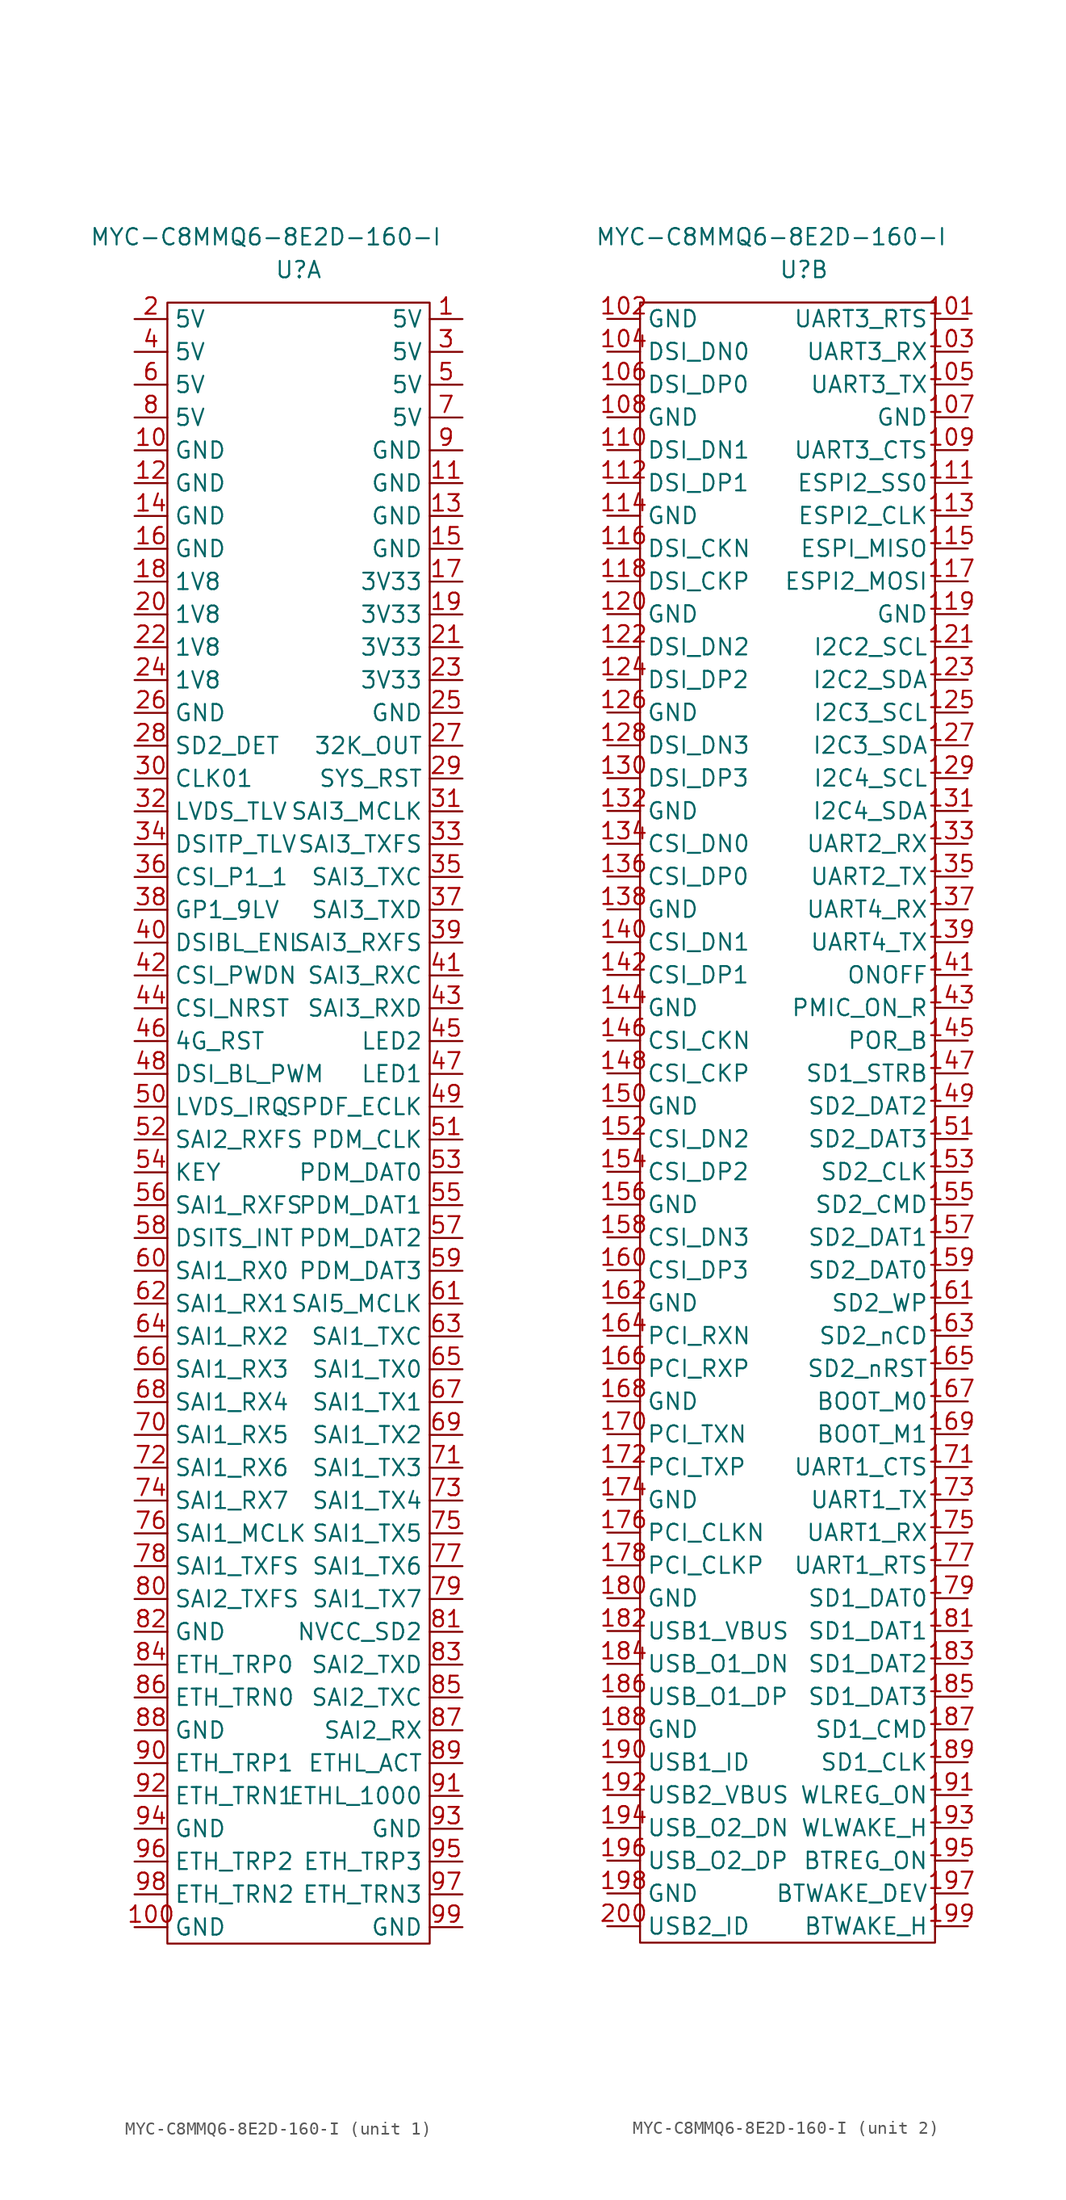
<source format=kicad_sym>
(kicad_symbol_lib
  (version 20211014)
  (generator kicad_symbol_editor)
  (symbol "MYC-C8MMQ6-8E2D-160-I"
    (property "Reference" "U"
      (at -12.7 3.81 0)
      (effects (font (size 1.27 1.27))))
    (property "Value" "MYC-C8MMQ6-8E2D-160-I"
      (at -15.24 6.35 0)
      (effects (font (size 1.27 1.27))))
    (property "ki_locked" ""
      (at 0 0 0)
      (effects (font (size 1.27 1.27))))
    (symbol "MYC-C8MMQ6-8E2D-160-I_1_0"
      (pin unspecified line (at 0 0 180) (length 2.54) (name "5V" (effects (font (size 1.27 1.27)))) (number "1" (effects (font (size 1.27 1.27)))))
      (pin unspecified line (at -25.4 -10.16 0) (length 2.54) (name "GND" (effects (font (size 1.27 1.27)))) (number "10" (effects (font (size 1.27 1.27)))))
      (pin unspecified line (at -25.4 -124.46 0) (length 2.54) (name "GND" (effects (font (size 1.27 1.27)))) (number "100" (effects (font (size 1.27 1.27)))))
      (pin unspecified line (at 0 -12.7 180) (length 2.54) (name "GND" (effects (font (size 1.27 1.27)))) (number "11" (effects (font (size 1.27 1.27)))))
      (pin unspecified line (at -25.4 -12.7 0) (length 2.54) (name "GND" (effects (font (size 1.27 1.27)))) (number "12" (effects (font (size 1.27 1.27)))))
      (pin unspecified line (at 0 -15.24 180) (length 2.54) (name "GND" (effects (font (size 1.27 1.27)))) (number "13" (effects (font (size 1.27 1.27)))))
      (pin unspecified line (at -25.4 -15.24 0) (length 2.54) (name "GND" (effects (font (size 1.27 1.27)))) (number "14" (effects (font (size 1.27 1.27)))))
      (pin unspecified line (at 0 -17.78 180) (length 2.54) (name "GND" (effects (font (size 1.27 1.27)))) (number "15" (effects (font (size 1.27 1.27)))))
      (pin unspecified line (at -25.4 -17.78 0) (length 2.54) (name "GND" (effects (font (size 1.27 1.27)))) (number "16" (effects (font (size 1.27 1.27)))))
      (pin unspecified line (at 0 -20.32 180) (length 2.54) (name "3V33" (effects (font (size 1.27 1.27)))) (number "17" (effects (font (size 1.27 1.27)))))
      (pin unspecified line (at -25.4 -20.32 0) (length 2.54) (name "1V8" (effects (font (size 1.27 1.27)))) (number "18" (effects (font (size 1.27 1.27)))))
      (pin unspecified line (at 0 -22.86 180) (length 2.54) (name "3V33" (effects (font (size 1.27 1.27)))) (number "19" (effects (font (size 1.27 1.27)))))
      (pin unspecified line (at -25.4 0 0) (length 2.54) (name "5V" (effects (font (size 1.27 1.27)))) (number "2" (effects (font (size 1.27 1.27)))))
      (pin unspecified line (at -25.4 -22.86 0) (length 2.54) (name "1V8" (effects (font (size 1.27 1.27)))) (number "20" (effects (font (size 1.27 1.27)))))
      (pin unspecified line (at 0 -25.4 180) (length 2.54) (name "3V33" (effects (font (size 1.27 1.27)))) (number "21" (effects (font (size 1.27 1.27)))))
      (pin unspecified line (at -25.4 -25.4 0) (length 2.54) (name "1V8" (effects (font (size 1.27 1.27)))) (number "22" (effects (font (size 1.27 1.27)))))
      (pin unspecified line (at 0 -27.94 180) (length 2.54) (name "3V33" (effects (font (size 1.27 1.27)))) (number "23" (effects (font (size 1.27 1.27)))))
      (pin unspecified line (at -25.4 -27.94 0) (length 2.54) (name "1V8" (effects (font (size 1.27 1.27)))) (number "24" (effects (font (size 1.27 1.27)))))
      (pin unspecified line (at 0 -30.48 180) (length 2.54) (name "GND" (effects (font (size 1.27 1.27)))) (number "25" (effects (font (size 1.27 1.27)))))
      (pin unspecified line (at -25.4 -30.48 0) (length 2.54) (name "GND" (effects (font (size 1.27 1.27)))) (number "26" (effects (font (size 1.27 1.27)))))
      (pin unspecified line (at 0 -33.02 180) (length 2.54) (name "32K_OUT" (effects (font (size 1.27 1.27)))) (number "27" (effects (font (size 1.27 1.27)))))
      (pin unspecified line (at -25.4 -33.02 0) (length 2.54) (name "SD2_DET" (effects (font (size 1.27 1.27)))) (number "28" (effects (font (size 1.27 1.27)))))
      (pin unspecified line (at 0 -35.56 180) (length 2.54) (name "SYS_RST" (effects (font (size 1.27 1.27)))) (number "29" (effects (font (size 1.27 1.27)))))
      (pin unspecified line (at 0 -2.54 180) (length 2.54) (name "5V" (effects (font (size 1.27 1.27)))) (number "3" (effects (font (size 1.27 1.27)))))
      (pin unspecified line (at -25.4 -35.56 0) (length 2.54) (name "CLK01" (effects (font (size 1.27 1.27)))) (number "30" (effects (font (size 1.27 1.27)))))
      (pin unspecified line (at 0 -38.1 180) (length 2.54) (name "SAI3_MCLK" (effects (font (size 1.27 1.27)))) (number "31" (effects (font (size 1.27 1.27)))))
      (pin unspecified line (at -25.4 -38.1 0) (length 2.54) (name "LVDS_TLV" (effects (font (size 1.27 1.27)))) (number "32" (effects (font (size 1.27 1.27)))))
      (pin unspecified line (at 0 -40.64 180) (length 2.54) (name "SAI3_TXFS" (effects (font (size 1.27 1.27)))) (number "33" (effects (font (size 1.27 1.27)))))
      (pin unspecified line (at -25.4 -40.64 0) (length 2.54) (name "DSITP_TLV" (effects (font (size 1.27 1.27)))) (number "34" (effects (font (size 1.27 1.27)))))
      (pin unspecified line (at 0 -43.18 180) (length 2.54) (name "SAI3_TXC" (effects (font (size 1.27 1.27)))) (number "35" (effects (font (size 1.27 1.27)))))
      (pin unspecified line (at -25.4 -43.18 0) (length 2.54) (name "CSI_P1_1" (effects (font (size 1.27 1.27)))) (number "36" (effects (font (size 1.27 1.27)))))
      (pin unspecified line (at 0 -45.72 180) (length 2.54) (name "SAI3_TXD" (effects (font (size 1.27 1.27)))) (number "37" (effects (font (size 1.27 1.27)))))
      (pin unspecified line (at -25.4 -45.72 0) (length 2.54) (name "GP1_9LV" (effects (font (size 1.27 1.27)))) (number "38" (effects (font (size 1.27 1.27)))))
      (pin unspecified line (at 0 -48.26 180) (length 2.54) (name "SAI3_RXFS" (effects (font (size 1.27 1.27)))) (number "39" (effects (font (size 1.27 1.27)))))
      (pin unspecified line (at -25.4 -2.54 0) (length 2.54) (name "5V" (effects (font (size 1.27 1.27)))) (number "4" (effects (font (size 1.27 1.27)))))
      (pin unspecified line (at -25.4 -48.26 0) (length 2.54) (name "DSIBL_ENL" (effects (font (size 1.27 1.27)))) (number "40" (effects (font (size 1.27 1.27)))))
      (pin unspecified line (at 0 -50.8 180) (length 2.54) (name "SAI3_RXC" (effects (font (size 1.27 1.27)))) (number "41" (effects (font (size 1.27 1.27)))))
      (pin unspecified line (at -25.4 -50.8 0) (length 2.54) (name "CSI_PWDN" (effects (font (size 1.27 1.27)))) (number "42" (effects (font (size 1.27 1.27)))))
      (pin unspecified line (at 0 -53.34 180) (length 2.54) (name "SAI3_RXD" (effects (font (size 1.27 1.27)))) (number "43" (effects (font (size 1.27 1.27)))))
      (pin unspecified line (at -25.4 -53.34 0) (length 2.54) (name "CSI_NRST" (effects (font (size 1.27 1.27)))) (number "44" (effects (font (size 1.27 1.27)))))
      (pin unspecified line (at 0 -55.88 180) (length 2.54) (name "LED2" (effects (font (size 1.27 1.27)))) (number "45" (effects (font (size 1.27 1.27)))))
      (pin unspecified line (at -25.4 -55.88 0) (length 2.54) (name "4G_RST" (effects (font (size 1.27 1.27)))) (number "46" (effects (font (size 1.27 1.27)))))
      (pin unspecified line (at 0 -58.42 180) (length 2.54) (name "LED1" (effects (font (size 1.27 1.27)))) (number "47" (effects (font (size 1.27 1.27)))))
      (pin unspecified line (at -25.4 -58.42 0) (length 2.54) (name "DSI_BL_PWM" (effects (font (size 1.27 1.27)))) (number "48" (effects (font (size 1.27 1.27)))))
      (pin unspecified line (at 0 -60.96 180) (length 2.54) (name "SPDF_ECLK" (effects (font (size 1.27 1.27)))) (number "49" (effects (font (size 1.27 1.27)))))
      (pin unspecified line (at 0 -5.08 180) (length 2.54) (name "5V" (effects (font (size 1.27 1.27)))) (number "5" (effects (font (size 1.27 1.27)))))
      (pin unspecified line (at -25.4 -60.96 0) (length 2.54) (name "LVDS_IRQ" (effects (font (size 1.27 1.27)))) (number "50" (effects (font (size 1.27 1.27)))))
      (pin unspecified line (at 0 -63.5 180) (length 2.54) (name "PDM_CLK" (effects (font (size 1.27 1.27)))) (number "51" (effects (font (size 1.27 1.27)))))
      (pin unspecified line (at -25.4 -63.5 0) (length 2.54) (name "SAI2_RXFS" (effects (font (size 1.27 1.27)))) (number "52" (effects (font (size 1.27 1.27)))))
      (pin unspecified line (at 0 -66.04 180) (length 2.54) (name "PDM_DAT0" (effects (font (size 1.27 1.27)))) (number "53" (effects (font (size 1.27 1.27)))))
      (pin unspecified line (at -25.4 -66.04 0) (length 2.54) (name "KEY" (effects (font (size 1.27 1.27)))) (number "54" (effects (font (size 1.27 1.27)))))
      (pin unspecified line (at 0 -68.58 180) (length 2.54) (name "PDM_DAT1" (effects (font (size 1.27 1.27)))) (number "55" (effects (font (size 1.27 1.27)))))
      (pin unspecified line (at -25.4 -68.58 0) (length 2.54) (name "SAI1_RXFS" (effects (font (size 1.27 1.27)))) (number "56" (effects (font (size 1.27 1.27)))))
      (pin unspecified line (at 0 -71.12 180) (length 2.54) (name "PDM_DAT2" (effects (font (size 1.27 1.27)))) (number "57" (effects (font (size 1.27 1.27)))))
      (pin unspecified line (at -25.4 -71.12 0) (length 2.54) (name "DSITS_INT" (effects (font (size 1.27 1.27)))) (number "58" (effects (font (size 1.27 1.27)))))
      (pin unspecified line (at 0 -73.66 180) (length 2.54) (name "PDM_DAT3" (effects (font (size 1.27 1.27)))) (number "59" (effects (font (size 1.27 1.27)))))
      (pin unspecified line (at -25.4 -5.08 0) (length 2.54) (name "5V" (effects (font (size 1.27 1.27)))) (number "6" (effects (font (size 1.27 1.27)))))
      (pin unspecified line (at -25.4 -73.66 0) (length 2.54) (name "SAI1_RX0" (effects (font (size 1.27 1.27)))) (number "60" (effects (font (size 1.27 1.27)))))
      (pin unspecified line (at 0 -76.2 180) (length 2.54) (name "SAI5_MCLK" (effects (font (size 1.27 1.27)))) (number "61" (effects (font (size 1.27 1.27)))))
      (pin unspecified line (at -25.4 -76.2 0) (length 2.54) (name "SAI1_RX1" (effects (font (size 1.27 1.27)))) (number "62" (effects (font (size 1.27 1.27)))))
      (pin unspecified line (at 0 -78.74 180) (length 2.54) (name "SAI1_TXC" (effects (font (size 1.27 1.27)))) (number "63" (effects (font (size 1.27 1.27)))))
      (pin unspecified line (at -25.4 -78.74 0) (length 2.54) (name "SAI1_RX2" (effects (font (size 1.27 1.27)))) (number "64" (effects (font (size 1.27 1.27)))))
      (pin unspecified line (at 0 -81.28 180) (length 2.54) (name "SAI1_TX0" (effects (font (size 1.27 1.27)))) (number "65" (effects (font (size 1.27 1.27)))))
      (pin unspecified line (at -25.4 -81.28 0) (length 2.54) (name "SAI1_RX3" (effects (font (size 1.27 1.27)))) (number "66" (effects (font (size 1.27 1.27)))))
      (pin unspecified line (at 0 -83.82 180) (length 2.54) (name "SAI1_TX1" (effects (font (size 1.27 1.27)))) (number "67" (effects (font (size 1.27 1.27)))))
      (pin unspecified line (at -25.4 -83.82 0) (length 2.54) (name "SAI1_RX4" (effects (font (size 1.27 1.27)))) (number "68" (effects (font (size 1.27 1.27)))))
      (pin unspecified line (at 0 -86.36 180) (length 2.54) (name "SAI1_TX2" (effects (font (size 1.27 1.27)))) (number "69" (effects (font (size 1.27 1.27)))))
      (pin unspecified line (at 0 -7.62 180) (length 2.54) (name "5V" (effects (font (size 1.27 1.27)))) (number "7" (effects (font (size 1.27 1.27)))))
      (pin unspecified line (at -25.4 -86.36 0) (length 2.54) (name "SAI1_RX5" (effects (font (size 1.27 1.27)))) (number "70" (effects (font (size 1.27 1.27)))))
      (pin unspecified line (at 0 -88.9 180) (length 2.54) (name "SAI1_TX3" (effects (font (size 1.27 1.27)))) (number "71" (effects (font (size 1.27 1.27)))))
      (pin unspecified line (at -25.4 -88.9 0) (length 2.54) (name "SAI1_RX6" (effects (font (size 1.27 1.27)))) (number "72" (effects (font (size 1.27 1.27)))))
      (pin unspecified line (at 0 -91.44 180) (length 2.54) (name "SAI1_TX4" (effects (font (size 1.27 1.27)))) (number "73" (effects (font (size 1.27 1.27)))))
      (pin unspecified line (at -25.4 -91.44 0) (length 2.54) (name "SAI1_RX7" (effects (font (size 1.27 1.27)))) (number "74" (effects (font (size 1.27 1.27)))))
      (pin unspecified line (at 0 -93.98 180) (length 2.54) (name "SAI1_TX5" (effects (font (size 1.27 1.27)))) (number "75" (effects (font (size 1.27 1.27)))))
      (pin unspecified line (at -25.4 -93.98 0) (length 2.54) (name "SAI1_MCLK" (effects (font (size 1.27 1.27)))) (number "76" (effects (font (size 1.27 1.27)))))
      (pin unspecified line (at 0 -96.52 180) (length 2.54) (name "SAI1_TX6" (effects (font (size 1.27 1.27)))) (number "77" (effects (font (size 1.27 1.27)))))
      (pin unspecified line (at -25.4 -96.52 0) (length 2.54) (name "SAI1_TXFS" (effects (font (size 1.27 1.27)))) (number "78" (effects (font (size 1.27 1.27)))))
      (pin unspecified line (at 0 -99.06 180) (length 2.54) (name "SAI1_TX7" (effects (font (size 1.27 1.27)))) (number "79" (effects (font (size 1.27 1.27)))))
      (pin unspecified line (at -25.4 -7.62 0) (length 2.54) (name "5V" (effects (font (size 1.27 1.27)))) (number "8" (effects (font (size 1.27 1.27)))))
      (pin unspecified line (at -25.4 -99.06 0) (length 2.54) (name "SAI2_TXFS" (effects (font (size 1.27 1.27)))) (number "80" (effects (font (size 1.27 1.27)))))
      (pin unspecified line (at 0 -101.6 180) (length 2.54) (name "NVCC_SD2" (effects (font (size 1.27 1.27)))) (number "81" (effects (font (size 1.27 1.27)))))
      (pin unspecified line (at -25.4 -101.6 0) (length 2.54) (name "GND" (effects (font (size 1.27 1.27)))) (number "82" (effects (font (size 1.27 1.27)))))
      (pin unspecified line (at 0 -104.14 180) (length 2.54) (name "SAI2_TXD" (effects (font (size 1.27 1.27)))) (number "83" (effects (font (size 1.27 1.27)))))
      (pin unspecified line (at -25.4 -104.14 0) (length 2.54) (name "ETH_TRP0" (effects (font (size 1.27 1.27)))) (number "84" (effects (font (size 1.27 1.27)))))
      (pin unspecified line (at 0 -106.68 180) (length 2.54) (name "SAI2_TXC" (effects (font (size 1.27 1.27)))) (number "85" (effects (font (size 1.27 1.27)))))
      (pin unspecified line (at -25.4 -106.68 0) (length 2.54) (name "ETH_TRN0" (effects (font (size 1.27 1.27)))) (number "86" (effects (font (size 1.27 1.27)))))
      (pin unspecified line (at 0 -109.22 180) (length 2.54) (name "SAI2_RX" (effects (font (size 1.27 1.27)))) (number "87" (effects (font (size 1.27 1.27)))))
      (pin unspecified line (at -25.4 -109.22 0) (length 2.54) (name "GND" (effects (font (size 1.27 1.27)))) (number "88" (effects (font (size 1.27 1.27)))))
      (pin unspecified line (at 0 -111.76 180) (length 2.54) (name "ETHL_ACT" (effects (font (size 1.27 1.27)))) (number "89" (effects (font (size 1.27 1.27)))))
      (pin unspecified line (at 0 -10.16 180) (length 2.54) (name "GND" (effects (font (size 1.27 1.27)))) (number "9" (effects (font (size 1.27 1.27)))))
      (pin unspecified line (at -25.4 -111.76 0) (length 2.54) (name "ETH_TRP1" (effects (font (size 1.27 1.27)))) (number "90" (effects (font (size 1.27 1.27)))))
      (pin unspecified line (at 0 -114.3 180) (length 2.54) (name "ETHL_1000" (effects (font (size 1.27 1.27)))) (number "91" (effects (font (size 1.27 1.27)))))
      (pin unspecified line (at -25.4 -114.3 0) (length 2.54) (name "ETH_TRN1" (effects (font (size 1.27 1.27)))) (number "92" (effects (font (size 1.27 1.27)))))
      (pin unspecified line (at 0 -116.84 180) (length 2.54) (name "GND" (effects (font (size 1.27 1.27)))) (number "93" (effects (font (size 1.27 1.27)))))
      (pin unspecified line (at -25.4 -116.84 0) (length 2.54) (name "GND" (effects (font (size 1.27 1.27)))) (number "94" (effects (font (size 1.27 1.27)))))
      (pin unspecified line (at 0 -119.38 180) (length 2.54) (name "ETH_TRP3" (effects (font (size 1.27 1.27)))) (number "95" (effects (font (size 1.27 1.27)))))
      (pin unspecified line (at -25.4 -119.38 0) (length 2.54) (name "ETH_TRP2" (effects (font (size 1.27 1.27)))) (number "96" (effects (font (size 1.27 1.27)))))
      (pin unspecified line (at 0 -121.92 180) (length 2.54) (name "ETH_TRN3" (effects (font (size 1.27 1.27)))) (number "97" (effects (font (size 1.27 1.27)))))
      (pin unspecified line (at -25.4 -121.92 0) (length 2.54) (name "ETH_TRN2" (effects (font (size 1.27 1.27)))) (number "98" (effects (font (size 1.27 1.27)))))
      (pin unspecified line (at 0 -124.46 180) (length 2.54) (name "GND" (effects (font (size 1.27 1.27)))) (number "99" (effects (font (size 1.27 1.27))))))
    (symbol "MYC-C8MMQ6-8E2D-160-I_1_1"
      (rectangle (start -22.86 1.27) (end -2.54 -125.73) (stroke (width 0.152) (type default) (color 0 0 0 0)) (fill (type none))))
    (symbol "MYC-C8MMQ6-8E2D-160-I_2_0"
      (pin unspecified line (at 0 0 180) (length 2.54) (name "UART3_RTS" (effects (font (size 1.27 1.27)))) (number "101" (effects (font (size 1.27 1.27)))))
      (pin unspecified line (at -27.94 0 0) (length 2.54) (name "GND" (effects (font (size 1.27 1.27)))) (number "102" (effects (font (size 1.27 1.27)))))
      (pin unspecified line (at 0 -2.54 180) (length 2.54) (name "UART3_RX" (effects (font (size 1.27 1.27)))) (number "103" (effects (font (size 1.27 1.27)))))
      (pin unspecified line (at -27.94 -2.54 0) (length 2.54) (name "DSI_DN0" (effects (font (size 1.27 1.27)))) (number "104" (effects (font (size 1.27 1.27)))))
      (pin unspecified line (at 0 -5.08 180) (length 2.54) (name "UART3_TX" (effects (font (size 1.27 1.27)))) (number "105" (effects (font (size 1.27 1.27)))))
      (pin unspecified line (at -27.94 -5.08 0) (length 2.54) (name "DSI_DP0" (effects (font (size 1.27 1.27)))) (number "106" (effects (font (size 1.27 1.27)))))
      (pin unspecified line (at 0 -7.62 180) (length 2.54) (name "GND" (effects (font (size 1.27 1.27)))) (number "107" (effects (font (size 1.27 1.27)))))
      (pin unspecified line (at -27.94 -7.62 0) (length 2.54) (name "GND" (effects (font (size 1.27 1.27)))) (number "108" (effects (font (size 1.27 1.27)))))
      (pin unspecified line (at 0 -10.16 180) (length 2.54) (name "UART3_CTS" (effects (font (size 1.27 1.27)))) (number "109" (effects (font (size 1.27 1.27)))))
      (pin unspecified line (at -27.94 -10.16 0) (length 2.54) (name "DSI_DN1" (effects (font (size 1.27 1.27)))) (number "110" (effects (font (size 1.27 1.27)))))
      (pin unspecified line (at 0 -12.7 180) (length 2.54) (name "ESPI2_SS0" (effects (font (size 1.27 1.27)))) (number "111" (effects (font (size 1.27 1.27)))))
      (pin unspecified line (at -27.94 -12.7 0) (length 2.54) (name "DSI_DP1" (effects (font (size 1.27 1.27)))) (number "112" (effects (font (size 1.27 1.27)))))
      (pin unspecified line (at 0 -15.24 180) (length 2.54) (name "ESPI2_CLK" (effects (font (size 1.27 1.27)))) (number "113" (effects (font (size 1.27 1.27)))))
      (pin unspecified line (at -27.94 -15.24 0) (length 2.54) (name "GND" (effects (font (size 1.27 1.27)))) (number "114" (effects (font (size 1.27 1.27)))))
      (pin unspecified line (at 0 -17.78 180) (length 2.54) (name "ESPI_MISO" (effects (font (size 1.27 1.27)))) (number "115" (effects (font (size 1.27 1.27)))))
      (pin unspecified line (at -27.94 -17.78 0) (length 2.54) (name "DSI_CKN" (effects (font (size 1.27 1.27)))) (number "116" (effects (font (size 1.27 1.27)))))
      (pin unspecified line (at 0 -20.32 180) (length 2.54) (name "ESPI2_MOSI" (effects (font (size 1.27 1.27)))) (number "117" (effects (font (size 1.27 1.27)))))
      (pin unspecified line (at -27.94 -20.32 0) (length 2.54) (name "DSI_CKP" (effects (font (size 1.27 1.27)))) (number "118" (effects (font (size 1.27 1.27)))))
      (pin unspecified line (at 0 -22.86 180) (length 2.54) (name "GND" (effects (font (size 1.27 1.27)))) (number "119" (effects (font (size 1.27 1.27)))))
      (pin unspecified line (at -27.94 -22.86 0) (length 2.54) (name "GND" (effects (font (size 1.27 1.27)))) (number "120" (effects (font (size 1.27 1.27)))))
      (pin unspecified line (at 0 -25.4 180) (length 2.54) (name "I2C2_SCL" (effects (font (size 1.27 1.27)))) (number "121" (effects (font (size 1.27 1.27)))))
      (pin unspecified line (at -27.94 -25.4 0) (length 2.54) (name "DSI_DN2" (effects (font (size 1.27 1.27)))) (number "122" (effects (font (size 1.27 1.27)))))
      (pin unspecified line (at 0 -27.94 180) (length 2.54) (name "I2C2_SDA" (effects (font (size 1.27 1.27)))) (number "123" (effects (font (size 1.27 1.27)))))
      (pin unspecified line (at -27.94 -27.94 0) (length 2.54) (name "DSI_DP2" (effects (font (size 1.27 1.27)))) (number "124" (effects (font (size 1.27 1.27)))))
      (pin unspecified line (at 0 -30.48 180) (length 2.54) (name "I2C3_SCL" (effects (font (size 1.27 1.27)))) (number "125" (effects (font (size 1.27 1.27)))))
      (pin unspecified line (at -27.94 -30.48 0) (length 2.54) (name "GND" (effects (font (size 1.27 1.27)))) (number "126" (effects (font (size 1.27 1.27)))))
      (pin unspecified line (at 0 -33.02 180) (length 2.54) (name "I2C3_SDA" (effects (font (size 1.27 1.27)))) (number "127" (effects (font (size 1.27 1.27)))))
      (pin unspecified line (at -27.94 -33.02 0) (length 2.54) (name "DSI_DN3" (effects (font (size 1.27 1.27)))) (number "128" (effects (font (size 1.27 1.27)))))
      (pin unspecified line (at 0 -35.56 180) (length 2.54) (name "I2C4_SCL" (effects (font (size 1.27 1.27)))) (number "129" (effects (font (size 1.27 1.27)))))
      (pin unspecified line (at -27.94 -35.56 0) (length 2.54) (name "DSI_DP3" (effects (font (size 1.27 1.27)))) (number "130" (effects (font (size 1.27 1.27)))))
      (pin unspecified line (at 0 -38.1 180) (length 2.54) (name "I2C4_SDA" (effects (font (size 1.27 1.27)))) (number "131" (effects (font (size 1.27 1.27)))))
      (pin unspecified line (at -27.94 -38.1 0) (length 2.54) (name "GND" (effects (font (size 1.27 1.27)))) (number "132" (effects (font (size 1.27 1.27)))))
      (pin unspecified line (at 0 -40.64 180) (length 2.54) (name "UART2_RX" (effects (font (size 1.27 1.27)))) (number "133" (effects (font (size 1.27 1.27)))))
      (pin unspecified line (at -27.94 -40.64 0) (length 2.54) (name "CSI_DN0" (effects (font (size 1.27 1.27)))) (number "134" (effects (font (size 1.27 1.27)))))
      (pin unspecified line (at 0 -43.18 180) (length 2.54) (name "UART2_TX" (effects (font (size 1.27 1.27)))) (number "135" (effects (font (size 1.27 1.27)))))
      (pin unspecified line (at -27.94 -43.18 0) (length 2.54) (name "CSI_DP0" (effects (font (size 1.27 1.27)))) (number "136" (effects (font (size 1.27 1.27)))))
      (pin unspecified line (at 0 -45.72 180) (length 2.54) (name "UART4_RX" (effects (font (size 1.27 1.27)))) (number "137" (effects (font (size 1.27 1.27)))))
      (pin unspecified line (at -27.94 -45.72 0) (length 2.54) (name "GND" (effects (font (size 1.27 1.27)))) (number "138" (effects (font (size 1.27 1.27)))))
      (pin unspecified line (at 0 -48.26 180) (length 2.54) (name "UART4_TX" (effects (font (size 1.27 1.27)))) (number "139" (effects (font (size 1.27 1.27)))))
      (pin unspecified line (at -27.94 -48.26 0) (length 2.54) (name "CSI_DN1" (effects (font (size 1.27 1.27)))) (number "140" (effects (font (size 1.27 1.27)))))
      (pin unspecified line (at 0 -50.8 180) (length 2.54) (name "ONOFF" (effects (font (size 1.27 1.27)))) (number "141" (effects (font (size 1.27 1.27)))))
      (pin unspecified line (at -27.94 -50.8 0) (length 2.54) (name "CSI_DP1" (effects (font (size 1.27 1.27)))) (number "142" (effects (font (size 1.27 1.27)))))
      (pin unspecified line (at 0 -53.34 180) (length 2.54) (name "PMIC_ON_R" (effects (font (size 1.27 1.27)))) (number "143" (effects (font (size 1.27 1.27)))))
      (pin unspecified line (at -27.94 -53.34 0) (length 2.54) (name "GND" (effects (font (size 1.27 1.27)))) (number "144" (effects (font (size 1.27 1.27)))))
      (pin unspecified line (at 0 -55.88 180) (length 2.54) (name "POR_B" (effects (font (size 1.27 1.27)))) (number "145" (effects (font (size 1.27 1.27)))))
      (pin unspecified line (at -27.94 -55.88 0) (length 2.54) (name "CSI_CKN" (effects (font (size 1.27 1.27)))) (number "146" (effects (font (size 1.27 1.27)))))
      (pin unspecified line (at 0 -58.42 180) (length 2.54) (name "SD1_STRB" (effects (font (size 1.27 1.27)))) (number "147" (effects (font (size 1.27 1.27)))))
      (pin unspecified line (at -27.94 -58.42 0) (length 2.54) (name "CSI_CKP" (effects (font (size 1.27 1.27)))) (number "148" (effects (font (size 1.27 1.27)))))
      (pin unspecified line (at 0 -60.96 180) (length 2.54) (name "SD2_DAT2" (effects (font (size 1.27 1.27)))) (number "149" (effects (font (size 1.27 1.27)))))
      (pin unspecified line (at -27.94 -60.96 0) (length 2.54) (name "GND" (effects (font (size 1.27 1.27)))) (number "150" (effects (font (size 1.27 1.27)))))
      (pin unspecified line (at 0 -63.5 180) (length 2.54) (name "SD2_DAT3" (effects (font (size 1.27 1.27)))) (number "151" (effects (font (size 1.27 1.27)))))
      (pin unspecified line (at -27.94 -63.5 0) (length 2.54) (name "CSI_DN2" (effects (font (size 1.27 1.27)))) (number "152" (effects (font (size 1.27 1.27)))))
      (pin unspecified line (at 0 -66.04 180) (length 2.54) (name "SD2_CLK" (effects (font (size 1.27 1.27)))) (number "153" (effects (font (size 1.27 1.27)))))
      (pin unspecified line (at -27.94 -66.04 0) (length 2.54) (name "CSI_DP2" (effects (font (size 1.27 1.27)))) (number "154" (effects (font (size 1.27 1.27)))))
      (pin unspecified line (at 0 -68.58 180) (length 2.54) (name "SD2_CMD" (effects (font (size 1.27 1.27)))) (number "155" (effects (font (size 1.27 1.27)))))
      (pin unspecified line (at -27.94 -68.58 0) (length 2.54) (name "GND" (effects (font (size 1.27 1.27)))) (number "156" (effects (font (size 1.27 1.27)))))
      (pin unspecified line (at 0 -71.12 180) (length 2.54) (name "SD2_DAT1" (effects (font (size 1.27 1.27)))) (number "157" (effects (font (size 1.27 1.27)))))
      (pin unspecified line (at -27.94 -71.12 0) (length 2.54) (name "CSI_DN3" (effects (font (size 1.27 1.27)))) (number "158" (effects (font (size 1.27 1.27)))))
      (pin unspecified line (at 0 -73.66 180) (length 2.54) (name "SD2_DAT0" (effects (font (size 1.27 1.27)))) (number "159" (effects (font (size 1.27 1.27)))))
      (pin unspecified line (at -27.94 -73.66 0) (length 2.54) (name "CSI_DP3" (effects (font (size 1.27 1.27)))) (number "160" (effects (font (size 1.27 1.27)))))
      (pin unspecified line (at 0 -76.2 180) (length 2.54) (name "SD2_WP" (effects (font (size 1.27 1.27)))) (number "161" (effects (font (size 1.27 1.27)))))
      (pin unspecified line (at -27.94 -76.2 0) (length 2.54) (name "GND" (effects (font (size 1.27 1.27)))) (number "162" (effects (font (size 1.27 1.27)))))
      (pin unspecified line (at 0 -78.74 180) (length 2.54) (name "SD2_nCD" (effects (font (size 1.27 1.27)))) (number "163" (effects (font (size 1.27 1.27)))))
      (pin unspecified line (at -27.94 -78.74 0) (length 2.54) (name "PCI_RXN" (effects (font (size 1.27 1.27)))) (number "164" (effects (font (size 1.27 1.27)))))
      (pin unspecified line (at 0 -81.28 180) (length 2.54) (name "SD2_nRST" (effects (font (size 1.27 1.27)))) (number "165" (effects (font (size 1.27 1.27)))))
      (pin unspecified line (at -27.94 -81.28 0) (length 2.54) (name "PCI_RXP" (effects (font (size 1.27 1.27)))) (number "166" (effects (font (size 1.27 1.27)))))
      (pin unspecified line (at 0 -83.82 180) (length 2.54) (name "BOOT_M0" (effects (font (size 1.27 1.27)))) (number "167" (effects (font (size 1.27 1.27)))))
      (pin unspecified line (at -27.94 -83.82 0) (length 2.54) (name "GND" (effects (font (size 1.27 1.27)))) (number "168" (effects (font (size 1.27 1.27)))))
      (pin unspecified line (at 0 -86.36 180) (length 2.54) (name "BOOT_M1" (effects (font (size 1.27 1.27)))) (number "169" (effects (font (size 1.27 1.27)))))
      (pin unspecified line (at -27.94 -86.36 0) (length 2.54) (name "PCI_TXN" (effects (font (size 1.27 1.27)))) (number "170" (effects (font (size 1.27 1.27)))))
      (pin unspecified line (at 0 -88.9 180) (length 2.54) (name "UART1_CTS" (effects (font (size 1.27 1.27)))) (number "171" (effects (font (size 1.27 1.27)))))
      (pin unspecified line (at -27.94 -88.9 0) (length 2.54) (name "PCI_TXP" (effects (font (size 1.27 1.27)))) (number "172" (effects (font (size 1.27 1.27)))))
      (pin unspecified line (at 0 -91.44 180) (length 2.54) (name "UART1_TX" (effects (font (size 1.27 1.27)))) (number "173" (effects (font (size 1.27 1.27)))))
      (pin unspecified line (at -27.94 -91.44 0) (length 2.54) (name "GND" (effects (font (size 1.27 1.27)))) (number "174" (effects (font (size 1.27 1.27)))))
      (pin unspecified line (at 0 -93.98 180) (length 2.54) (name "UART1_RX" (effects (font (size 1.27 1.27)))) (number "175" (effects (font (size 1.27 1.27)))))
      (pin unspecified line (at -27.94 -93.98 0) (length 2.54) (name "PCI_CLKN" (effects (font (size 1.27 1.27)))) (number "176" (effects (font (size 1.27 1.27)))))
      (pin unspecified line (at 0 -96.52 180) (length 2.54) (name "UART1_RTS" (effects (font (size 1.27 1.27)))) (number "177" (effects (font (size 1.27 1.27)))))
      (pin unspecified line (at -27.94 -96.52 0) (length 2.54) (name "PCI_CLKP" (effects (font (size 1.27 1.27)))) (number "178" (effects (font (size 1.27 1.27)))))
      (pin unspecified line (at 0 -99.06 180) (length 2.54) (name "SD1_DAT0" (effects (font (size 1.27 1.27)))) (number "179" (effects (font (size 1.27 1.27)))))
      (pin unspecified line (at -27.94 -99.06 0) (length 2.54) (name "GND" (effects (font (size 1.27 1.27)))) (number "180" (effects (font (size 1.27 1.27)))))
      (pin unspecified line (at 0 -101.6 180) (length 2.54) (name "SD1_DAT1" (effects (font (size 1.27 1.27)))) (number "181" (effects (font (size 1.27 1.27)))))
      (pin unspecified line (at -27.94 -101.6 0) (length 2.54) (name "USB1_VBUS" (effects (font (size 1.27 1.27)))) (number "182" (effects (font (size 1.27 1.27)))))
      (pin unspecified line (at 0 -104.14 180) (length 2.54) (name "SD1_DAT2" (effects (font (size 1.27 1.27)))) (number "183" (effects (font (size 1.27 1.27)))))
      (pin unspecified line (at -27.94 -104.14 0) (length 2.54) (name "USB_O1_DN" (effects (font (size 1.27 1.27)))) (number "184" (effects (font (size 1.27 1.27)))))
      (pin unspecified line (at 0 -106.68 180) (length 2.54) (name "SD1_DAT3" (effects (font (size 1.27 1.27)))) (number "185" (effects (font (size 1.27 1.27)))))
      (pin unspecified line (at -27.94 -106.68 0) (length 2.54) (name "USB_O1_DP" (effects (font (size 1.27 1.27)))) (number "186" (effects (font (size 1.27 1.27)))))
      (pin unspecified line (at 0 -109.22 180) (length 2.54) (name "SD1_CMD" (effects (font (size 1.27 1.27)))) (number "187" (effects (font (size 1.27 1.27)))))
      (pin unspecified line (at -27.94 -109.22 0) (length 2.54) (name "GND" (effects (font (size 1.27 1.27)))) (number "188" (effects (font (size 1.27 1.27)))))
      (pin unspecified line (at 0 -111.76 180) (length 2.54) (name "SD1_CLK" (effects (font (size 1.27 1.27)))) (number "189" (effects (font (size 1.27 1.27)))))
      (pin unspecified line (at -27.94 -111.76 0) (length 2.54) (name "USB1_ID" (effects (font (size 1.27 1.27)))) (number "190" (effects (font (size 1.27 1.27)))))
      (pin unspecified line (at 0 -114.3 180) (length 2.54) (name "WLREG_ON" (effects (font (size 1.27 1.27)))) (number "191" (effects (font (size 1.27 1.27)))))
      (pin unspecified line (at -27.94 -114.3 0) (length 2.54) (name "USB2_VBUS" (effects (font (size 1.27 1.27)))) (number "192" (effects (font (size 1.27 1.27)))))
      (pin unspecified line (at 0 -116.84 180) (length 2.54) (name "WLWAKE_H" (effects (font (size 1.27 1.27)))) (number "193" (effects (font (size 1.27 1.27)))))
      (pin unspecified line (at -27.94 -116.84 0) (length 2.54) (name "USB_O2_DN" (effects (font (size 1.27 1.27)))) (number "194" (effects (font (size 1.27 1.27)))))
      (pin unspecified line (at 0 -119.38 180) (length 2.54) (name "BTREG_ON" (effects (font (size 1.27 1.27)))) (number "195" (effects (font (size 1.27 1.27)))))
      (pin unspecified line (at -27.94 -119.38 0) (length 2.54) (name "USB_O2_DP" (effects (font (size 1.27 1.27)))) (number "196" (effects (font (size 1.27 1.27)))))
      (pin unspecified line (at 0 -121.92 180) (length 2.54) (name "BTWAKE_DEV" (effects (font (size 1.27 1.27)))) (number "197" (effects (font (size 1.27 1.27)))))
      (pin unspecified line (at -27.94 -121.92 0) (length 2.54) (name "GND" (effects (font (size 1.27 1.27)))) (number "198" (effects (font (size 1.27 1.27)))))
      (pin unspecified line (at 0 -124.46 180) (length 2.54) (name "BTWAKE_H" (effects (font (size 1.27 1.27)))) (number "199" (effects (font (size 1.27 1.27)))))
      (pin unspecified line (at -27.94 -124.46 0) (length 2.54) (name "USB2_ID" (effects (font (size 1.27 1.27)))) (number "200" (effects (font (size 1.27 1.27))))))
    (symbol "MYC-C8MMQ6-8E2D-160-I_2_1"
      (rectangle (start -25.4 1.27) (end -2.54 -125.73) (stroke (width 0.152) (type default) (color 0 0 0 0)) (fill (type none))))))
</source>
